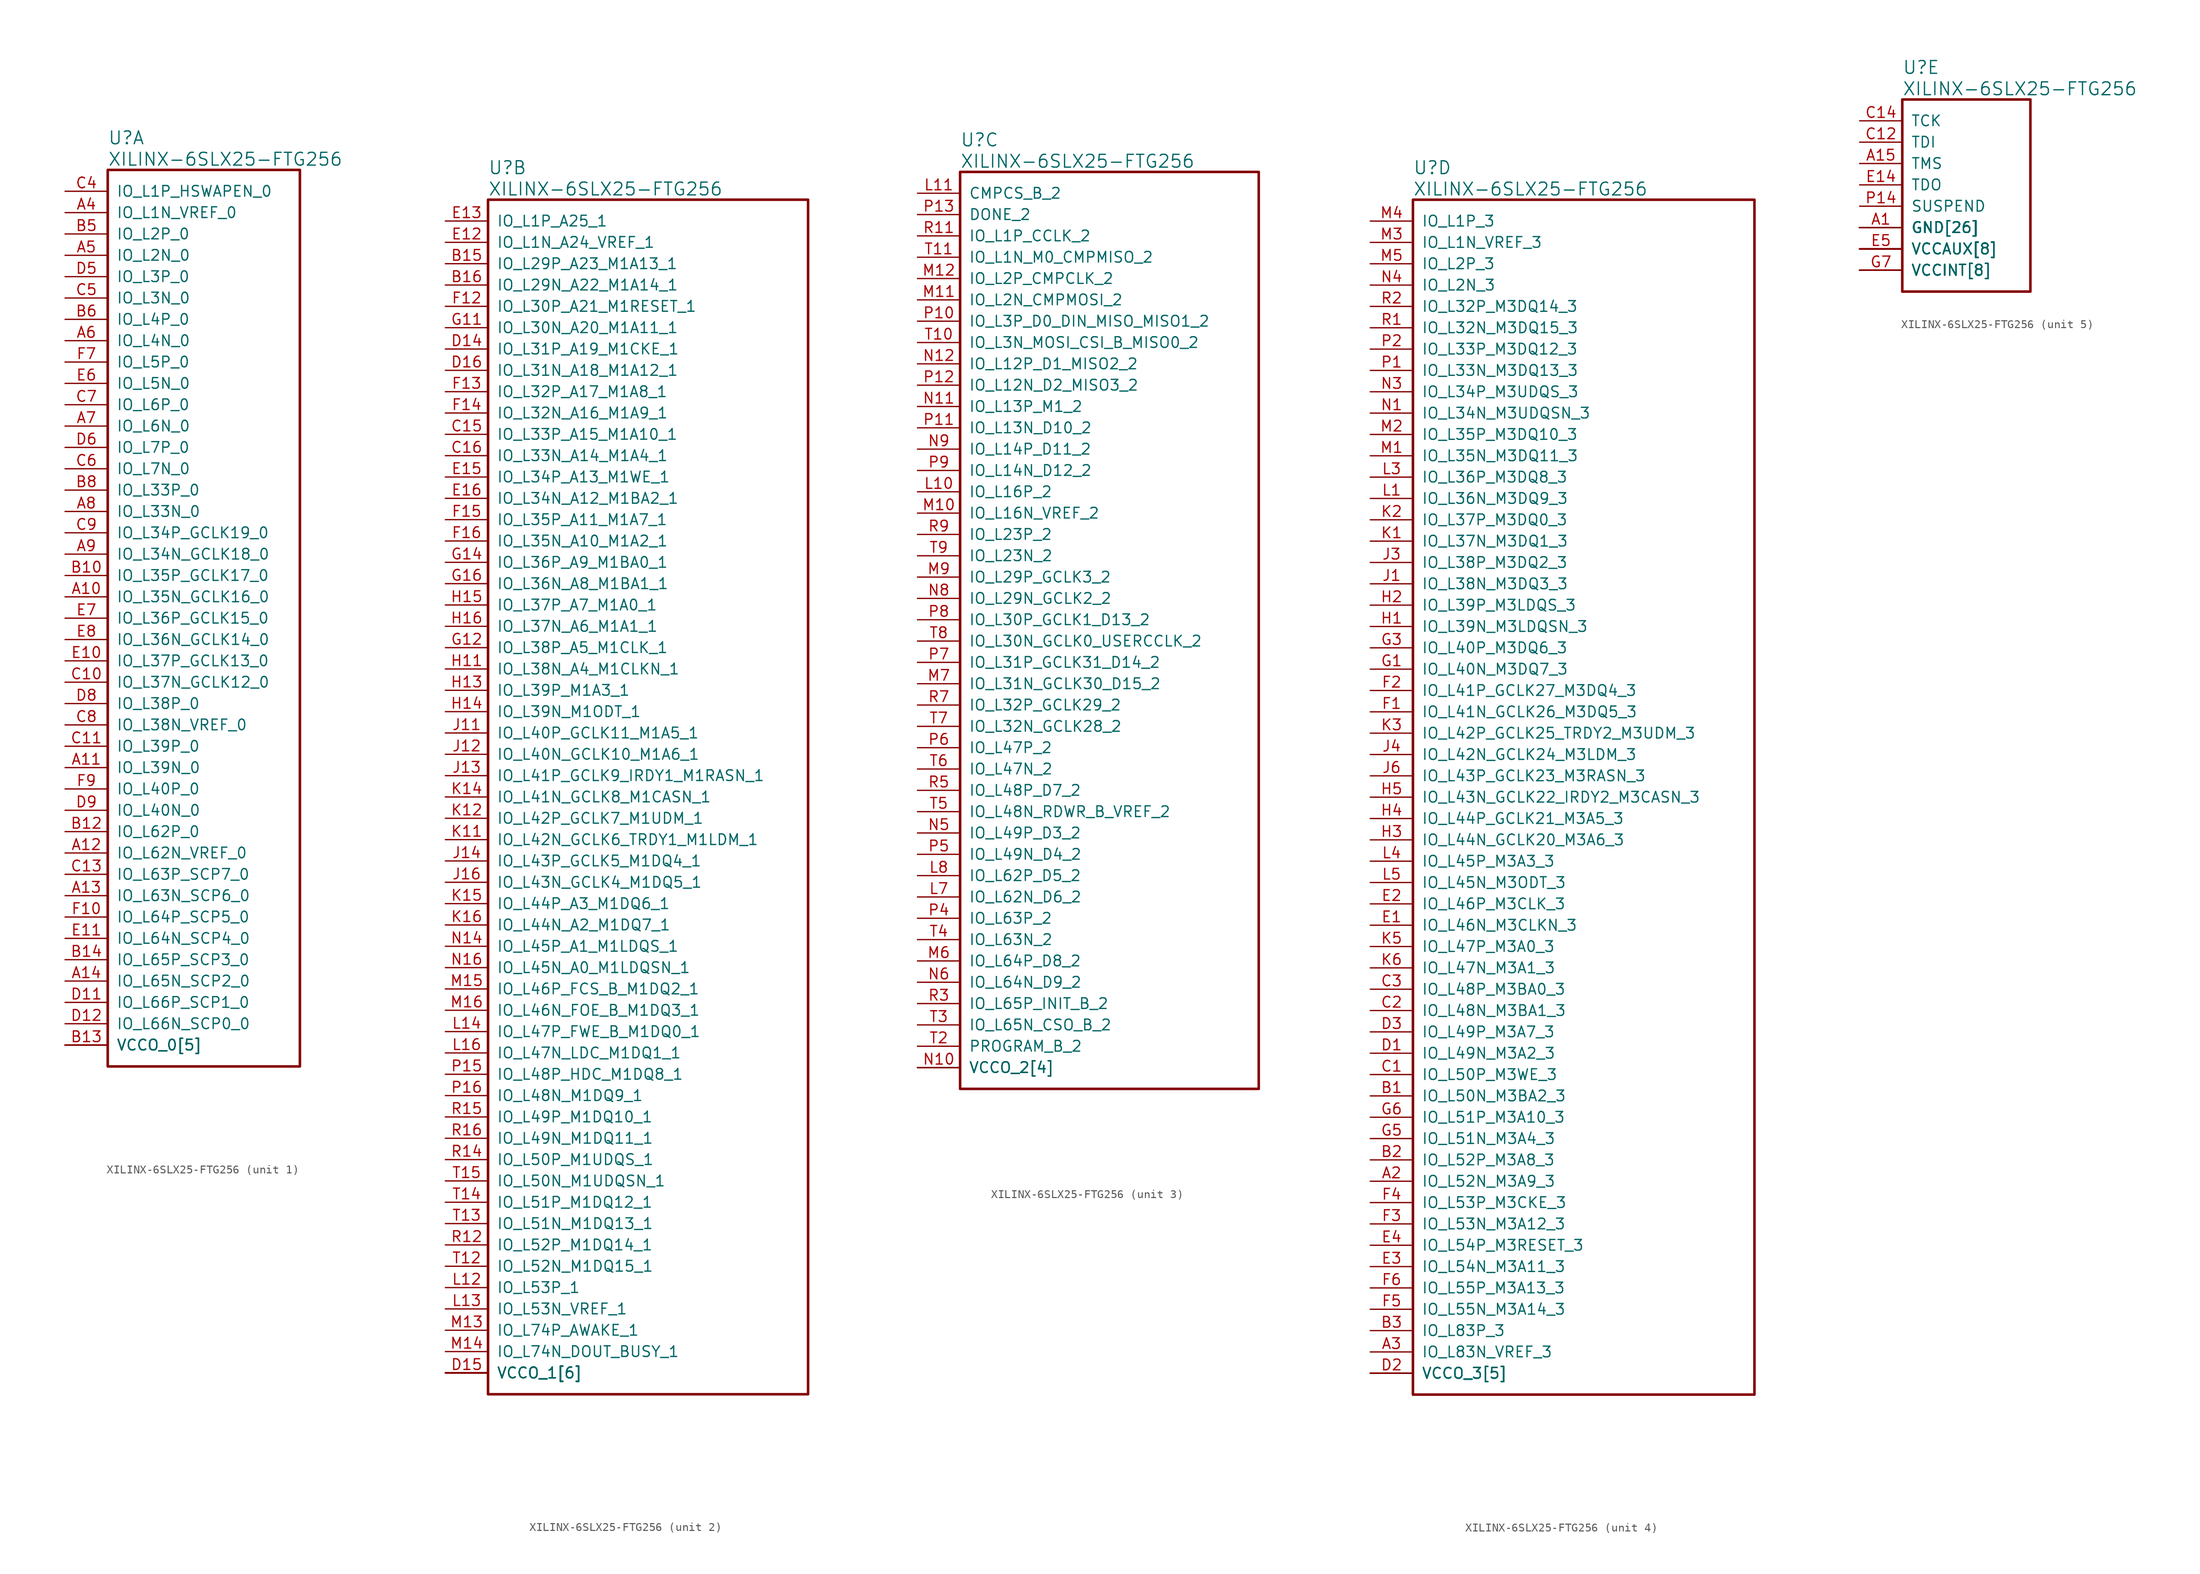
<source format=kicad_sym>
(kicad_symbol_lib
  (version 20231120)
  (generator "kicad_symbol_editor")
  (generator_version "8.0")
  (symbol "XILINX-6SLX25-FTG256"
    (pin_names
      (offset 1.016))
    (property "Reference" "U"
      (at 5.08 6.35 0)
      (effects (font (size 1.524 1.524)) (justify left)))
    (property "Value" "XILINX-6SLX25-FTG256"
      (at 5.08 3.81 0)
      (effects (font (size 1.524 1.524)) (justify left)))
    (property "Footprint" ""
      (at 0 0 0)
      (effects (font (size 1.27 1.27))))
    (property "Datasheet" ""
      (at 0 0 0)
      (effects (font (size 1.27 1.27))))
    (property "ki_locked" ""
      (at 0 0 0)
      (effects (font (size 1.27 1.27))))
    (symbol "XILINX-6SLX25-FTG256_1_1"
      (rectangle (start 5.08 2.54) (end 27.94 -104.14) (stroke (width 0.305) (type default)) (fill (type none)))
      (pin bidirectional line (at 0 -48.26 0) (length 5.08) (name "IO_L35N_GCLK16_0" (effects (font (size 1.27 1.27)))) (number "A10" (effects (font (size 1.27 1.27)))))
      (pin bidirectional line (at 0 -68.58 0) (length 5.08) (name "IO_L39N_0" (effects (font (size 1.27 1.27)))) (number "A11" (effects (font (size 1.27 1.27)))))
      (pin bidirectional line (at 0 -78.74 0) (length 5.08) (name "IO_L62N_VREF_0" (effects (font (size 1.27 1.27)))) (number "A12" (effects (font (size 1.27 1.27)))))
      (pin bidirectional line (at 0 -83.82 0) (length 5.08) (name "IO_L63N_SCP6_0" (effects (font (size 1.27 1.27)))) (number "A13" (effects (font (size 1.27 1.27)))))
      (pin bidirectional line (at 0 -93.98 0) (length 5.08) (name "IO_L65N_SCP2_0" (effects (font (size 1.27 1.27)))) (number "A14" (effects (font (size 1.27 1.27)))))
      (pin bidirectional line (at 0 -2.54 0) (length 5.08) (name "IO_L1N_VREF_0" (effects (font (size 1.27 1.27)))) (number "A4" (effects (font (size 1.27 1.27)))))
      (pin bidirectional line (at 0 -7.62 0) (length 5.08) (name "IO_L2N_0" (effects (font (size 1.27 1.27)))) (number "A5" (effects (font (size 1.27 1.27)))))
      (pin bidirectional line (at 0 -17.78 0) (length 5.08) (name "IO_L4N_0" (effects (font (size 1.27 1.27)))) (number "A6" (effects (font (size 1.27 1.27)))))
      (pin bidirectional line (at 0 -27.94 0) (length 5.08) (name "IO_L6N_0" (effects (font (size 1.27 1.27)))) (number "A7" (effects (font (size 1.27 1.27)))))
      (pin bidirectional line (at 0 -38.1 0) (length 5.08) (name "IO_L33N_0" (effects (font (size 1.27 1.27)))) (number "A8" (effects (font (size 1.27 1.27)))))
      (pin bidirectional line (at 0 -43.18 0) (length 5.08) (name "IO_L34N_GCLK18_0" (effects (font (size 1.27 1.27)))) (number "A9" (effects (font (size 1.27 1.27)))))
      (pin bidirectional line (at 0 -45.72 0) (length 5.08) (name "IO_L35P_GCLK17_0" (effects (font (size 1.27 1.27)))) (number "B10" (effects (font (size 1.27 1.27)))))
      (pin bidirectional line (at 0 -76.2 0) (length 5.08) (name "IO_L62P_0" (effects (font (size 1.27 1.27)))) (number "B12" (effects (font (size 1.27 1.27)))))
      (pin power_in line (at 0 -101.6 0) (length 5.08) (name "VCCO_0[5]" (effects (font (size 1.27 1.27)))) (number "B13" (effects (font (size 1.27 1.27)))))
      (pin bidirectional line (at 0 -91.44 0) (length 5.08) (name "IO_L65P_SCP3_0" (effects (font (size 1.27 1.27)))) (number "B14" (effects (font (size 1.27 1.27)))))
      (pin power_in line (at 0 -101.6 0) (length 5.08) (name "VCCO_0[5]" (effects (font (size 1.27 1.27)))) (number "B4" (effects (font (size 0 0)))))
      (pin bidirectional line (at 0 -5.08 0) (length 5.08) (name "IO_L2P_0" (effects (font (size 1.27 1.27)))) (number "B5" (effects (font (size 1.27 1.27)))))
      (pin bidirectional line (at 0 -15.24 0) (length 5.08) (name "IO_L4P_0" (effects (font (size 1.27 1.27)))) (number "B6" (effects (font (size 1.27 1.27)))))
      (pin bidirectional line (at 0 -35.56 0) (length 5.08) (name "IO_L33P_0" (effects (font (size 1.27 1.27)))) (number "B8" (effects (font (size 1.27 1.27)))))
      (pin power_in line (at 0 -101.6 0) (length 5.08) (name "VCCO_0[5]" (effects (font (size 1.27 1.27)))) (number "B9" (effects (font (size 0 0)))))
      (pin bidirectional line (at 0 -58.42 0) (length 5.08) (name "IO_L37N_GCLK12_0" (effects (font (size 1.27 1.27)))) (number "C10" (effects (font (size 1.27 1.27)))))
      (pin bidirectional line (at 0 -66.04 0) (length 5.08) (name "IO_L39P_0" (effects (font (size 1.27 1.27)))) (number "C11" (effects (font (size 1.27 1.27)))))
      (pin bidirectional line (at 0 -81.28 0) (length 5.08) (name "IO_L63P_SCP7_0" (effects (font (size 1.27 1.27)))) (number "C13" (effects (font (size 1.27 1.27)))))
      (pin bidirectional line (at 0 0 0) (length 5.08) (name "IO_L1P_HSWAPEN_0" (effects (font (size 1.27 1.27)))) (number "C4" (effects (font (size 1.27 1.27)))))
      (pin bidirectional line (at 0 -12.7 0) (length 5.08) (name "IO_L3N_0" (effects (font (size 1.27 1.27)))) (number "C5" (effects (font (size 1.27 1.27)))))
      (pin bidirectional line (at 0 -33.02 0) (length 5.08) (name "IO_L7N_0" (effects (font (size 1.27 1.27)))) (number "C6" (effects (font (size 1.27 1.27)))))
      (pin bidirectional line (at 0 -25.4 0) (length 5.08) (name "IO_L6P_0" (effects (font (size 1.27 1.27)))) (number "C7" (effects (font (size 1.27 1.27)))))
      (pin bidirectional line (at 0 -63.5 0) (length 5.08) (name "IO_L38N_VREF_0" (effects (font (size 1.27 1.27)))) (number "C8" (effects (font (size 1.27 1.27)))))
      (pin bidirectional line (at 0 -40.64 0) (length 5.08) (name "IO_L34P_GCLK19_0" (effects (font (size 1.27 1.27)))) (number "C9" (effects (font (size 1.27 1.27)))))
      (pin power_in line (at 0 -101.6 0) (length 5.08) (name "VCCO_0[5]" (effects (font (size 1.27 1.27)))) (number "D10" (effects (font (size 0 0)))))
      (pin bidirectional line (at 0 -96.52 0) (length 5.08) (name "IO_L66P_SCP1_0" (effects (font (size 1.27 1.27)))) (number "D11" (effects (font (size 1.27 1.27)))))
      (pin bidirectional line (at 0 -99.06 0) (length 5.08) (name "IO_L66N_SCP0_0" (effects (font (size 1.27 1.27)))) (number "D12" (effects (font (size 1.27 1.27)))))
      (pin bidirectional line (at 0 -10.16 0) (length 5.08) (name "IO_L3P_0" (effects (font (size 1.27 1.27)))) (number "D5" (effects (font (size 1.27 1.27)))))
      (pin bidirectional line (at 0 -30.48 0) (length 5.08) (name "IO_L7P_0" (effects (font (size 1.27 1.27)))) (number "D6" (effects (font (size 1.27 1.27)))))
      (pin power_in line (at 0 -101.6 0) (length 5.08) (name "VCCO_0[5]" (effects (font (size 1.27 1.27)))) (number "D7" (effects (font (size 0 0)))))
      (pin bidirectional line (at 0 -60.96 0) (length 5.08) (name "IO_L38P_0" (effects (font (size 1.27 1.27)))) (number "D8" (effects (font (size 1.27 1.27)))))
      (pin bidirectional line (at 0 -73.66 0) (length 5.08) (name "IO_L40N_0" (effects (font (size 1.27 1.27)))) (number "D9" (effects (font (size 1.27 1.27)))))
      (pin bidirectional line (at 0 -55.88 0) (length 5.08) (name "IO_L37P_GCLK13_0" (effects (font (size 1.27 1.27)))) (number "E10" (effects (font (size 1.27 1.27)))))
      (pin bidirectional line (at 0 -88.9 0) (length 5.08) (name "IO_L64N_SCP4_0" (effects (font (size 1.27 1.27)))) (number "E11" (effects (font (size 1.27 1.27)))))
      (pin bidirectional line (at 0 -22.86 0) (length 5.08) (name "IO_L5N_0" (effects (font (size 1.27 1.27)))) (number "E6" (effects (font (size 1.27 1.27)))))
      (pin bidirectional line (at 0 -50.8 0) (length 5.08) (name "IO_L36P_GCLK15_0" (effects (font (size 1.27 1.27)))) (number "E7" (effects (font (size 1.27 1.27)))))
      (pin bidirectional line (at 0 -53.34 0) (length 5.08) (name "IO_L36N_GCLK14_0" (effects (font (size 1.27 1.27)))) (number "E8" (effects (font (size 1.27 1.27)))))
      (pin bidirectional line (at 0 -86.36 0) (length 5.08) (name "IO_L64P_SCP5_0" (effects (font (size 1.27 1.27)))) (number "F10" (effects (font (size 1.27 1.27)))))
      (pin bidirectional line (at 0 -20.32 0) (length 5.08) (name "IO_L5P_0" (effects (font (size 1.27 1.27)))) (number "F7" (effects (font (size 1.27 1.27)))))
      (pin bidirectional line (at 0 -71.12 0) (length 5.08) (name "IO_L40P_0" (effects (font (size 1.27 1.27)))) (number "F9" (effects (font (size 1.27 1.27))))))
    (symbol "XILINX-6SLX25-FTG256_2_1"
      (rectangle (start 5.08 2.54) (end 43.18 -139.7) (stroke (width 0.305) (type default)) (fill (type none)))
      (pin bidirectional line (at 0 -5.08 0) (length 5.08) (name "IO_L29P_A23_M1A13_1" (effects (font (size 1.27 1.27)))) (number "B15" (effects (font (size 1.27 1.27)))))
      (pin bidirectional line (at 0 -7.62 0) (length 5.08) (name "IO_L29N_A22_M1A14_1" (effects (font (size 1.27 1.27)))) (number "B16" (effects (font (size 1.27 1.27)))))
      (pin bidirectional line (at 0 -25.4 0) (length 5.08) (name "IO_L33P_A15_M1A10_1" (effects (font (size 1.27 1.27)))) (number "C15" (effects (font (size 1.27 1.27)))))
      (pin bidirectional line (at 0 -27.94 0) (length 5.08) (name "IO_L33N_A14_M1A4_1" (effects (font (size 1.27 1.27)))) (number "C16" (effects (font (size 1.27 1.27)))))
      (pin bidirectional line (at 0 -15.24 0) (length 5.08) (name "IO_L31P_A19_M1CKE_1" (effects (font (size 1.27 1.27)))) (number "D14" (effects (font (size 1.27 1.27)))))
      (pin power_in line (at 0 -137.16 0) (length 5.08) (name "VCCO_1[6]" (effects (font (size 1.27 1.27)))) (number "D15" (effects (font (size 1.27 1.27)))))
      (pin bidirectional line (at 0 -17.78 0) (length 5.08) (name "IO_L31N_A18_M1A12_1" (effects (font (size 1.27 1.27)))) (number "D16" (effects (font (size 1.27 1.27)))))
      (pin bidirectional line (at 0 -2.54 0) (length 5.08) (name "IO_L1N_A24_VREF_1" (effects (font (size 1.27 1.27)))) (number "E12" (effects (font (size 1.27 1.27)))))
      (pin bidirectional line (at 0 0 0) (length 5.08) (name "IO_L1P_A25_1" (effects (font (size 1.27 1.27)))) (number "E13" (effects (font (size 1.27 1.27)))))
      (pin bidirectional line (at 0 -30.48 0) (length 5.08) (name "IO_L34P_A13_M1WE_1" (effects (font (size 1.27 1.27)))) (number "E15" (effects (font (size 1.27 1.27)))))
      (pin bidirectional line (at 0 -33.02 0) (length 5.08) (name "IO_L34N_A12_M1BA2_1" (effects (font (size 1.27 1.27)))) (number "E16" (effects (font (size 1.27 1.27)))))
      (pin bidirectional line (at 0 -10.16 0) (length 5.08) (name "IO_L30P_A21_M1RESET_1" (effects (font (size 1.27 1.27)))) (number "F12" (effects (font (size 1.27 1.27)))))
      (pin bidirectional line (at 0 -20.32 0) (length 5.08) (name "IO_L32P_A17_M1A8_1" (effects (font (size 1.27 1.27)))) (number "F13" (effects (font (size 1.27 1.27)))))
      (pin bidirectional line (at 0 -22.86 0) (length 5.08) (name "IO_L32N_A16_M1A9_1" (effects (font (size 1.27 1.27)))) (number "F14" (effects (font (size 1.27 1.27)))))
      (pin bidirectional line (at 0 -35.56 0) (length 5.08) (name "IO_L35P_A11_M1A7_1" (effects (font (size 1.27 1.27)))) (number "F15" (effects (font (size 1.27 1.27)))))
      (pin bidirectional line (at 0 -38.1 0) (length 5.08) (name "IO_L35N_A10_M1A2_1" (effects (font (size 1.27 1.27)))) (number "F16" (effects (font (size 1.27 1.27)))))
      (pin bidirectional line (at 0 -12.7 0) (length 5.08) (name "IO_L30N_A20_M1A11_1" (effects (font (size 1.27 1.27)))) (number "G11" (effects (font (size 1.27 1.27)))))
      (pin bidirectional line (at 0 -50.8 0) (length 5.08) (name "IO_L38P_A5_M1CLK_1" (effects (font (size 1.27 1.27)))) (number "G12" (effects (font (size 1.27 1.27)))))
      (pin power_in line (at 0 -137.16 0) (length 5.08) (name "VCCO_1[6]" (effects (font (size 1.27 1.27)))) (number "G13" (effects (font (size 0 0)))))
      (pin bidirectional line (at 0 -40.64 0) (length 5.08) (name "IO_L36P_A9_M1BA0_1" (effects (font (size 1.27 1.27)))) (number "G14" (effects (font (size 1.27 1.27)))))
      (pin bidirectional line (at 0 -43.18 0) (length 5.08) (name "IO_L36N_A8_M1BA1_1" (effects (font (size 1.27 1.27)))) (number "G16" (effects (font (size 1.27 1.27)))))
      (pin bidirectional line (at 0 -53.34 0) (length 5.08) (name "IO_L38N_A4_M1CLKN_1" (effects (font (size 1.27 1.27)))) (number "H11" (effects (font (size 1.27 1.27)))))
      (pin bidirectional line (at 0 -55.88 0) (length 5.08) (name "IO_L39P_M1A3_1" (effects (font (size 1.27 1.27)))) (number "H13" (effects (font (size 1.27 1.27)))))
      (pin bidirectional line (at 0 -58.42 0) (length 5.08) (name "IO_L39N_M1ODT_1" (effects (font (size 1.27 1.27)))) (number "H14" (effects (font (size 1.27 1.27)))))
      (pin bidirectional line (at 0 -45.72 0) (length 5.08) (name "IO_L37P_A7_M1A0_1" (effects (font (size 1.27 1.27)))) (number "H15" (effects (font (size 1.27 1.27)))))
      (pin bidirectional line (at 0 -48.26 0) (length 5.08) (name "IO_L37N_A6_M1A1_1" (effects (font (size 1.27 1.27)))) (number "H16" (effects (font (size 1.27 1.27)))))
      (pin bidirectional line (at 0 -60.96 0) (length 5.08) (name "IO_L40P_GCLK11_M1A5_1" (effects (font (size 1.27 1.27)))) (number "J11" (effects (font (size 1.27 1.27)))))
      (pin bidirectional line (at 0 -63.5 0) (length 5.08) (name "IO_L40N_GCLK10_M1A6_1" (effects (font (size 1.27 1.27)))) (number "J12" (effects (font (size 1.27 1.27)))))
      (pin bidirectional line (at 0 -66.04 0) (length 5.08) (name "IO_L41P_GCLK9_IRDY1_M1RASN_1" (effects (font (size 1.27 1.27)))) (number "J13" (effects (font (size 1.27 1.27)))))
      (pin bidirectional line (at 0 -76.2 0) (length 5.08) (name "IO_L43P_GCLK5_M1DQ4_1" (effects (font (size 1.27 1.27)))) (number "J14" (effects (font (size 1.27 1.27)))))
      (pin power_in line (at 0 -137.16 0) (length 5.08) (name "VCCO_1[6]" (effects (font (size 1.27 1.27)))) (number "J15" (effects (font (size 0 0)))))
      (pin bidirectional line (at 0 -78.74 0) (length 5.08) (name "IO_L43N_GCLK4_M1DQ5_1" (effects (font (size 1.27 1.27)))) (number "J16" (effects (font (size 1.27 1.27)))))
      (pin bidirectional line (at 0 -73.66 0) (length 5.08) (name "IO_L42N_GCLK6_TRDY1_M1LDM_1" (effects (font (size 1.27 1.27)))) (number "K11" (effects (font (size 1.27 1.27)))))
      (pin bidirectional line (at 0 -71.12 0) (length 5.08) (name "IO_L42P_GCLK7_M1UDM_1" (effects (font (size 1.27 1.27)))) (number "K12" (effects (font (size 1.27 1.27)))))
      (pin power_in line (at 0 -137.16 0) (length 5.08) (name "VCCO_1[6]" (effects (font (size 1.27 1.27)))) (number "K13" (effects (font (size 0 0)))))
      (pin bidirectional line (at 0 -68.58 0) (length 5.08) (name "IO_L41N_GCLK8_M1CASN_1" (effects (font (size 1.27 1.27)))) (number "K14" (effects (font (size 1.27 1.27)))))
      (pin bidirectional line (at 0 -81.28 0) (length 5.08) (name "IO_L44P_A3_M1DQ6_1" (effects (font (size 1.27 1.27)))) (number "K15" (effects (font (size 1.27 1.27)))))
      (pin bidirectional line (at 0 -83.82 0) (length 5.08) (name "IO_L44N_A2_M1DQ7_1" (effects (font (size 1.27 1.27)))) (number "K16" (effects (font (size 1.27 1.27)))))
      (pin bidirectional line (at 0 -127 0) (length 5.08) (name "IO_L53P_1" (effects (font (size 1.27 1.27)))) (number "L12" (effects (font (size 1.27 1.27)))))
      (pin bidirectional line (at 0 -129.54 0) (length 5.08) (name "IO_L53N_VREF_1" (effects (font (size 1.27 1.27)))) (number "L13" (effects (font (size 1.27 1.27)))))
      (pin bidirectional line (at 0 -96.52 0) (length 5.08) (name "IO_L47P_FWE_B_M1DQ0_1" (effects (font (size 1.27 1.27)))) (number "L14" (effects (font (size 1.27 1.27)))))
      (pin bidirectional line (at 0 -99.06 0) (length 5.08) (name "IO_L47N_LDC_M1DQ1_1" (effects (font (size 1.27 1.27)))) (number "L16" (effects (font (size 1.27 1.27)))))
      (pin bidirectional line (at 0 -132.08 0) (length 5.08) (name "IO_L74P_AWAKE_1" (effects (font (size 1.27 1.27)))) (number "M13" (effects (font (size 1.27 1.27)))))
      (pin bidirectional line (at 0 -134.62 0) (length 5.08) (name "IO_L74N_DOUT_BUSY_1" (effects (font (size 1.27 1.27)))) (number "M14" (effects (font (size 1.27 1.27)))))
      (pin bidirectional line (at 0 -91.44 0) (length 5.08) (name "IO_L46P_FCS_B_M1DQ2_1" (effects (font (size 1.27 1.27)))) (number "M15" (effects (font (size 1.27 1.27)))))
      (pin bidirectional line (at 0 -93.98 0) (length 5.08) (name "IO_L46N_FOE_B_M1DQ3_1" (effects (font (size 1.27 1.27)))) (number "M16" (effects (font (size 1.27 1.27)))))
      (pin bidirectional line (at 0 -86.36 0) (length 5.08) (name "IO_L45P_A1_M1LDQS_1" (effects (font (size 1.27 1.27)))) (number "N14" (effects (font (size 1.27 1.27)))))
      (pin power_in line (at 0 -137.16 0) (length 5.08) (name "VCCO_1[6]" (effects (font (size 1.27 1.27)))) (number "N15" (effects (font (size 0 0)))))
      (pin bidirectional line (at 0 -88.9 0) (length 5.08) (name "IO_L45N_A0_M1LDQSN_1" (effects (font (size 1.27 1.27)))) (number "N16" (effects (font (size 1.27 1.27)))))
      (pin bidirectional line (at 0 -101.6 0) (length 5.08) (name "IO_L48P_HDC_M1DQ8_1" (effects (font (size 1.27 1.27)))) (number "P15" (effects (font (size 1.27 1.27)))))
      (pin bidirectional line (at 0 -104.14 0) (length 5.08) (name "IO_L48N_M1DQ9_1" (effects (font (size 1.27 1.27)))) (number "P16" (effects (font (size 1.27 1.27)))))
      (pin bidirectional line (at 0 -121.92 0) (length 5.08) (name "IO_L52P_M1DQ14_1" (effects (font (size 1.27 1.27)))) (number "R12" (effects (font (size 1.27 1.27)))))
      (pin power_in line (at 0 -137.16 0) (length 5.08) (name "VCCO_1[6]" (effects (font (size 1.27 1.27)))) (number "R13" (effects (font (size 0 0)))))
      (pin bidirectional line (at 0 -111.76 0) (length 5.08) (name "IO_L50P_M1UDQS_1" (effects (font (size 1.27 1.27)))) (number "R14" (effects (font (size 1.27 1.27)))))
      (pin bidirectional line (at 0 -106.68 0) (length 5.08) (name "IO_L49P_M1DQ10_1" (effects (font (size 1.27 1.27)))) (number "R15" (effects (font (size 1.27 1.27)))))
      (pin bidirectional line (at 0 -109.22 0) (length 5.08) (name "IO_L49N_M1DQ11_1" (effects (font (size 1.27 1.27)))) (number "R16" (effects (font (size 1.27 1.27)))))
      (pin bidirectional line (at 0 -124.46 0) (length 5.08) (name "IO_L52N_M1DQ15_1" (effects (font (size 1.27 1.27)))) (number "T12" (effects (font (size 1.27 1.27)))))
      (pin bidirectional line (at 0 -119.38 0) (length 5.08) (name "IO_L51N_M1DQ13_1" (effects (font (size 1.27 1.27)))) (number "T13" (effects (font (size 1.27 1.27)))))
      (pin bidirectional line (at 0 -116.84 0) (length 5.08) (name "IO_L51P_M1DQ12_1" (effects (font (size 1.27 1.27)))) (number "T14" (effects (font (size 1.27 1.27)))))
      (pin bidirectional line (at 0 -114.3 0) (length 5.08) (name "IO_L50N_M1UDQSN_1" (effects (font (size 1.27 1.27)))) (number "T15" (effects (font (size 1.27 1.27))))))
    (symbol "XILINX-6SLX25-FTG256_3_1"
      (rectangle (start 5.08 2.54) (end 40.64 -106.68) (stroke (width 0.305) (type default)) (fill (type none)))
      (pin bidirectional line (at 0 -35.56 0) (length 5.08) (name "IO_L16P_2" (effects (font (size 1.27 1.27)))) (number "L10" (effects (font (size 1.27 1.27)))))
      (pin input line (at 0 0 0) (length 5.08) (name "CMPCS_B_2" (effects (font (size 1.27 1.27)))) (number "L11" (effects (font (size 1.27 1.27)))))
      (pin bidirectional line (at 0 -83.82 0) (length 5.08) (name "IO_L62N_D6_2" (effects (font (size 1.27 1.27)))) (number "L7" (effects (font (size 1.27 1.27)))))
      (pin bidirectional line (at 0 -81.28 0) (length 5.08) (name "IO_L62P_D5_2" (effects (font (size 1.27 1.27)))) (number "L8" (effects (font (size 1.27 1.27)))))
      (pin bidirectional line (at 0 -38.1 0) (length 5.08) (name "IO_L16N_VREF_2" (effects (font (size 1.27 1.27)))) (number "M10" (effects (font (size 1.27 1.27)))))
      (pin bidirectional line (at 0 -12.7 0) (length 5.08) (name "IO_L2N_CMPMOSI_2" (effects (font (size 1.27 1.27)))) (number "M11" (effects (font (size 1.27 1.27)))))
      (pin bidirectional line (at 0 -10.16 0) (length 5.08) (name "IO_L2P_CMPCLK_2" (effects (font (size 1.27 1.27)))) (number "M12" (effects (font (size 1.27 1.27)))))
      (pin bidirectional line (at 0 -91.44 0) (length 5.08) (name "IO_L64P_D8_2" (effects (font (size 1.27 1.27)))) (number "M6" (effects (font (size 1.27 1.27)))))
      (pin bidirectional line (at 0 -58.42 0) (length 5.08) (name "IO_L31N_GCLK30_D15_2" (effects (font (size 1.27 1.27)))) (number "M7" (effects (font (size 1.27 1.27)))))
      (pin bidirectional line (at 0 -45.72 0) (length 5.08) (name "IO_L29P_GCLK3_2" (effects (font (size 1.27 1.27)))) (number "M9" (effects (font (size 1.27 1.27)))))
      (pin power_in line (at 0 -104.14 0) (length 5.08) (name "VCCO_2[4]" (effects (font (size 1.27 1.27)))) (number "N10" (effects (font (size 1.27 1.27)))))
      (pin bidirectional line (at 0 -25.4 0) (length 5.08) (name "IO_L13P_M1_2" (effects (font (size 1.27 1.27)))) (number "N11" (effects (font (size 1.27 1.27)))))
      (pin bidirectional line (at 0 -20.32 0) (length 5.08) (name "IO_L12P_D1_MISO2_2" (effects (font (size 1.27 1.27)))) (number "N12" (effects (font (size 1.27 1.27)))))
      (pin bidirectional line (at 0 -76.2 0) (length 5.08) (name "IO_L49P_D3_2" (effects (font (size 1.27 1.27)))) (number "N5" (effects (font (size 1.27 1.27)))))
      (pin bidirectional line (at 0 -93.98 0) (length 5.08) (name "IO_L64N_D9_2" (effects (font (size 1.27 1.27)))) (number "N6" (effects (font (size 1.27 1.27)))))
      (pin power_in line (at 0 -104.14 0) (length 5.08) (name "VCCO_2[4]" (effects (font (size 1.27 1.27)))) (number "N7" (effects (font (size 0 0)))))
      (pin bidirectional line (at 0 -48.26 0) (length 5.08) (name "IO_L29N_GCLK2_2" (effects (font (size 1.27 1.27)))) (number "N8" (effects (font (size 1.27 1.27)))))
      (pin bidirectional line (at 0 -30.48 0) (length 5.08) (name "IO_L14P_D11_2" (effects (font (size 1.27 1.27)))) (number "N9" (effects (font (size 1.27 1.27)))))
      (pin bidirectional line (at 0 -15.24 0) (length 5.08) (name "IO_L3P_D0_DIN_MISO_MISO1_2" (effects (font (size 1.27 1.27)))) (number "P10" (effects (font (size 1.27 1.27)))))
      (pin bidirectional line (at 0 -27.94 0) (length 5.08) (name "IO_L13N_D10_2" (effects (font (size 1.27 1.27)))) (number "P11" (effects (font (size 1.27 1.27)))))
      (pin bidirectional line (at 0 -22.86 0) (length 5.08) (name "IO_L12N_D2_MISO3_2" (effects (font (size 1.27 1.27)))) (number "P12" (effects (font (size 1.27 1.27)))))
      (pin output line (at 0 -2.54 0) (length 5.08) (name "DONE_2" (effects (font (size 1.27 1.27)))) (number "P13" (effects (font (size 1.27 1.27)))))
      (pin bidirectional line (at 0 -86.36 0) (length 5.08) (name "IO_L63P_2" (effects (font (size 1.27 1.27)))) (number "P4" (effects (font (size 1.27 1.27)))))
      (pin bidirectional line (at 0 -78.74 0) (length 5.08) (name "IO_L49N_D4_2" (effects (font (size 1.27 1.27)))) (number "P5" (effects (font (size 1.27 1.27)))))
      (pin bidirectional line (at 0 -66.04 0) (length 5.08) (name "IO_L47P_2" (effects (font (size 1.27 1.27)))) (number "P6" (effects (font (size 1.27 1.27)))))
      (pin bidirectional line (at 0 -55.88 0) (length 5.08) (name "IO_L31P_GCLK31_D14_2" (effects (font (size 1.27 1.27)))) (number "P7" (effects (font (size 1.27 1.27)))))
      (pin bidirectional line (at 0 -50.8 0) (length 5.08) (name "IO_L30P_GCLK1_D13_2" (effects (font (size 1.27 1.27)))) (number "P8" (effects (font (size 1.27 1.27)))))
      (pin bidirectional line (at 0 -33.02 0) (length 5.08) (name "IO_L14N_D12_2" (effects (font (size 1.27 1.27)))) (number "P9" (effects (font (size 1.27 1.27)))))
      (pin bidirectional line (at 0 -5.08 0) (length 5.08) (name "IO_L1P_CCLK_2" (effects (font (size 1.27 1.27)))) (number "R11" (effects (font (size 1.27 1.27)))))
      (pin bidirectional line (at 0 -96.52 0) (length 5.08) (name "IO_L65P_INIT_B_2" (effects (font (size 1.27 1.27)))) (number "R3" (effects (font (size 1.27 1.27)))))
      (pin power_in line (at 0 -104.14 0) (length 5.08) (name "VCCO_2[4]" (effects (font (size 1.27 1.27)))) (number "R4" (effects (font (size 0 0)))))
      (pin bidirectional line (at 0 -71.12 0) (length 5.08) (name "IO_L48P_D7_2" (effects (font (size 1.27 1.27)))) (number "R5" (effects (font (size 1.27 1.27)))))
      (pin bidirectional line (at 0 -60.96 0) (length 5.08) (name "IO_L32P_GCLK29_2" (effects (font (size 1.27 1.27)))) (number "R7" (effects (font (size 1.27 1.27)))))
      (pin power_in line (at 0 -104.14 0) (length 5.08) (name "VCCO_2[4]" (effects (font (size 1.27 1.27)))) (number "R8" (effects (font (size 0 0)))))
      (pin bidirectional line (at 0 -40.64 0) (length 5.08) (name "IO_L23P_2" (effects (font (size 1.27 1.27)))) (number "R9" (effects (font (size 1.27 1.27)))))
      (pin bidirectional line (at 0 -17.78 0) (length 5.08) (name "IO_L3N_MOSI_CSI_B_MISO0_2" (effects (font (size 1.27 1.27)))) (number "T10" (effects (font (size 1.27 1.27)))))
      (pin bidirectional line (at 0 -7.62 0) (length 5.08) (name "IO_L1N_M0_CMPMISO_2" (effects (font (size 1.27 1.27)))) (number "T11" (effects (font (size 1.27 1.27)))))
      (pin input line (at 0 -101.6 0) (length 5.08) (name "PROGRAM_B_2" (effects (font (size 1.27 1.27)))) (number "T2" (effects (font (size 1.27 1.27)))))
      (pin bidirectional line (at 0 -99.06 0) (length 5.08) (name "IO_L65N_CSO_B_2" (effects (font (size 1.27 1.27)))) (number "T3" (effects (font (size 1.27 1.27)))))
      (pin bidirectional line (at 0 -88.9 0) (length 5.08) (name "IO_L63N_2" (effects (font (size 1.27 1.27)))) (number "T4" (effects (font (size 1.27 1.27)))))
      (pin bidirectional line (at 0 -73.66 0) (length 5.08) (name "IO_L48N_RDWR_B_VREF_2" (effects (font (size 1.27 1.27)))) (number "T5" (effects (font (size 1.27 1.27)))))
      (pin bidirectional line (at 0 -68.58 0) (length 5.08) (name "IO_L47N_2" (effects (font (size 1.27 1.27)))) (number "T6" (effects (font (size 1.27 1.27)))))
      (pin bidirectional line (at 0 -63.5 0) (length 5.08) (name "IO_L32N_GCLK28_2" (effects (font (size 1.27 1.27)))) (number "T7" (effects (font (size 1.27 1.27)))))
      (pin bidirectional line (at 0 -53.34 0) (length 5.08) (name "IO_L30N_GCLK0_USERCCLK_2" (effects (font (size 1.27 1.27)))) (number "T8" (effects (font (size 1.27 1.27)))))
      (pin bidirectional line (at 0 -43.18 0) (length 5.08) (name "IO_L23N_2" (effects (font (size 1.27 1.27)))) (number "T9" (effects (font (size 1.27 1.27))))))
    (symbol "XILINX-6SLX25-FTG256_4_1"
      (rectangle (start 5.08 2.54) (end 45.72 -139.7) (stroke (width 0.305) (type default)) (fill (type none)))
      (pin bidirectional line (at 0 -114.3 0) (length 5.08) (name "IO_L52N_M3A9_3" (effects (font (size 1.27 1.27)))) (number "A2" (effects (font (size 1.27 1.27)))))
      (pin bidirectional line (at 0 -134.62 0) (length 5.08) (name "IO_L83N_VREF_3" (effects (font (size 1.27 1.27)))) (number "A3" (effects (font (size 1.27 1.27)))))
      (pin bidirectional line (at 0 -104.14 0) (length 5.08) (name "IO_L50N_M3BA2_3" (effects (font (size 1.27 1.27)))) (number "B1" (effects (font (size 1.27 1.27)))))
      (pin bidirectional line (at 0 -111.76 0) (length 5.08) (name "IO_L52P_M3A8_3" (effects (font (size 1.27 1.27)))) (number "B2" (effects (font (size 1.27 1.27)))))
      (pin bidirectional line (at 0 -132.08 0) (length 5.08) (name "IO_L83P_3" (effects (font (size 1.27 1.27)))) (number "B3" (effects (font (size 1.27 1.27)))))
      (pin bidirectional line (at 0 -101.6 0) (length 5.08) (name "IO_L50P_M3WE_3" (effects (font (size 1.27 1.27)))) (number "C1" (effects (font (size 1.27 1.27)))))
      (pin bidirectional line (at 0 -93.98 0) (length 5.08) (name "IO_L48N_M3BA1_3" (effects (font (size 1.27 1.27)))) (number "C2" (effects (font (size 1.27 1.27)))))
      (pin bidirectional line (at 0 -91.44 0) (length 5.08) (name "IO_L48P_M3BA0_3" (effects (font (size 1.27 1.27)))) (number "C3" (effects (font (size 1.27 1.27)))))
      (pin bidirectional line (at 0 -99.06 0) (length 5.08) (name "IO_L49N_M3A2_3" (effects (font (size 1.27 1.27)))) (number "D1" (effects (font (size 1.27 1.27)))))
      (pin power_in line (at 0 -137.16 0) (length 5.08) (name "VCCO_3[5]" (effects (font (size 1.27 1.27)))) (number "D2" (effects (font (size 1.27 1.27)))))
      (pin bidirectional line (at 0 -96.52 0) (length 5.08) (name "IO_L49P_M3A7_3" (effects (font (size 1.27 1.27)))) (number "D3" (effects (font (size 1.27 1.27)))))
      (pin bidirectional line (at 0 -83.82 0) (length 5.08) (name "IO_L46N_M3CLKN_3" (effects (font (size 1.27 1.27)))) (number "E1" (effects (font (size 1.27 1.27)))))
      (pin bidirectional line (at 0 -81.28 0) (length 5.08) (name "IO_L46P_M3CLK_3" (effects (font (size 1.27 1.27)))) (number "E2" (effects (font (size 1.27 1.27)))))
      (pin bidirectional line (at 0 -124.46 0) (length 5.08) (name "IO_L54N_M3A11_3" (effects (font (size 1.27 1.27)))) (number "E3" (effects (font (size 1.27 1.27)))))
      (pin bidirectional line (at 0 -121.92 0) (length 5.08) (name "IO_L54P_M3RESET_3" (effects (font (size 1.27 1.27)))) (number "E4" (effects (font (size 1.27 1.27)))))
      (pin bidirectional line (at 0 -58.42 0) (length 5.08) (name "IO_L41N_GCLK26_M3DQ5_3" (effects (font (size 1.27 1.27)))) (number "F1" (effects (font (size 1.27 1.27)))))
      (pin bidirectional line (at 0 -55.88 0) (length 5.08) (name "IO_L41P_GCLK27_M3DQ4_3" (effects (font (size 1.27 1.27)))) (number "F2" (effects (font (size 1.27 1.27)))))
      (pin bidirectional line (at 0 -119.38 0) (length 5.08) (name "IO_L53N_M3A12_3" (effects (font (size 1.27 1.27)))) (number "F3" (effects (font (size 1.27 1.27)))))
      (pin bidirectional line (at 0 -116.84 0) (length 5.08) (name "IO_L53P_M3CKE_3" (effects (font (size 1.27 1.27)))) (number "F4" (effects (font (size 1.27 1.27)))))
      (pin bidirectional line (at 0 -129.54 0) (length 5.08) (name "IO_L55N_M3A14_3" (effects (font (size 1.27 1.27)))) (number "F5" (effects (font (size 1.27 1.27)))))
      (pin bidirectional line (at 0 -127 0) (length 5.08) (name "IO_L55P_M3A13_3" (effects (font (size 1.27 1.27)))) (number "F6" (effects (font (size 1.27 1.27)))))
      (pin bidirectional line (at 0 -53.34 0) (length 5.08) (name "IO_L40N_M3DQ7_3" (effects (font (size 1.27 1.27)))) (number "G1" (effects (font (size 1.27 1.27)))))
      (pin bidirectional line (at 0 -50.8 0) (length 5.08) (name "IO_L40P_M3DQ6_3" (effects (font (size 1.27 1.27)))) (number "G3" (effects (font (size 1.27 1.27)))))
      (pin power_in line (at 0 -137.16 0) (length 5.08) (name "VCCO_3[5]" (effects (font (size 1.27 1.27)))) (number "G4" (effects (font (size 0 0)))))
      (pin bidirectional line (at 0 -109.22 0) (length 5.08) (name "IO_L51N_M3A4_3" (effects (font (size 1.27 1.27)))) (number "G5" (effects (font (size 1.27 1.27)))))
      (pin bidirectional line (at 0 -106.68 0) (length 5.08) (name "IO_L51P_M3A10_3" (effects (font (size 1.27 1.27)))) (number "G6" (effects (font (size 1.27 1.27)))))
      (pin bidirectional line (at 0 -48.26 0) (length 5.08) (name "IO_L39N_M3LDQSN_3" (effects (font (size 1.27 1.27)))) (number "H1" (effects (font (size 1.27 1.27)))))
      (pin bidirectional line (at 0 -45.72 0) (length 5.08) (name "IO_L39P_M3LDQS_3" (effects (font (size 1.27 1.27)))) (number "H2" (effects (font (size 1.27 1.27)))))
      (pin bidirectional line (at 0 -73.66 0) (length 5.08) (name "IO_L44N_GCLK20_M3A6_3" (effects (font (size 1.27 1.27)))) (number "H3" (effects (font (size 1.27 1.27)))))
      (pin bidirectional line (at 0 -71.12 0) (length 5.08) (name "IO_L44P_GCLK21_M3A5_3" (effects (font (size 1.27 1.27)))) (number "H4" (effects (font (size 1.27 1.27)))))
      (pin bidirectional line (at 0 -68.58 0) (length 5.08) (name "IO_L43N_GCLK22_IRDY2_M3CASN_3" (effects (font (size 1.27 1.27)))) (number "H5" (effects (font (size 1.27 1.27)))))
      (pin bidirectional line (at 0 -43.18 0) (length 5.08) (name "IO_L38N_M3DQ3_3" (effects (font (size 1.27 1.27)))) (number "J1" (effects (font (size 1.27 1.27)))))
      (pin power_in line (at 0 -137.16 0) (length 5.08) (name "VCCO_3[5]" (effects (font (size 1.27 1.27)))) (number "J2" (effects (font (size 0 0)))))
      (pin bidirectional line (at 0 -40.64 0) (length 5.08) (name "IO_L38P_M3DQ2_3" (effects (font (size 1.27 1.27)))) (number "J3" (effects (font (size 1.27 1.27)))))
      (pin bidirectional line (at 0 -63.5 0) (length 5.08) (name "IO_L42N_GCLK24_M3LDM_3" (effects (font (size 1.27 1.27)))) (number "J4" (effects (font (size 1.27 1.27)))))
      (pin bidirectional line (at 0 -66.04 0) (length 5.08) (name "IO_L43P_GCLK23_M3RASN_3" (effects (font (size 1.27 1.27)))) (number "J6" (effects (font (size 1.27 1.27)))))
      (pin bidirectional line (at 0 -38.1 0) (length 5.08) (name "IO_L37N_M3DQ1_3" (effects (font (size 1.27 1.27)))) (number "K1" (effects (font (size 1.27 1.27)))))
      (pin bidirectional line (at 0 -35.56 0) (length 5.08) (name "IO_L37P_M3DQ0_3" (effects (font (size 1.27 1.27)))) (number "K2" (effects (font (size 1.27 1.27)))))
      (pin bidirectional line (at 0 -60.96 0) (length 5.08) (name "IO_L42P_GCLK25_TRDY2_M3UDM_3" (effects (font (size 1.27 1.27)))) (number "K3" (effects (font (size 1.27 1.27)))))
      (pin power_in line (at 0 -137.16 0) (length 5.08) (name "VCCO_3[5]" (effects (font (size 1.27 1.27)))) (number "K4" (effects (font (size 0 0)))))
      (pin bidirectional line (at 0 -86.36 0) (length 5.08) (name "IO_L47P_M3A0_3" (effects (font (size 1.27 1.27)))) (number "K5" (effects (font (size 1.27 1.27)))))
      (pin bidirectional line (at 0 -88.9 0) (length 5.08) (name "IO_L47N_M3A1_3" (effects (font (size 1.27 1.27)))) (number "K6" (effects (font (size 1.27 1.27)))))
      (pin bidirectional line (at 0 -33.02 0) (length 5.08) (name "IO_L36N_M3DQ9_3" (effects (font (size 1.27 1.27)))) (number "L1" (effects (font (size 1.27 1.27)))))
      (pin bidirectional line (at 0 -30.48 0) (length 5.08) (name "IO_L36P_M3DQ8_3" (effects (font (size 1.27 1.27)))) (number "L3" (effects (font (size 1.27 1.27)))))
      (pin bidirectional line (at 0 -76.2 0) (length 5.08) (name "IO_L45P_M3A3_3" (effects (font (size 1.27 1.27)))) (number "L4" (effects (font (size 1.27 1.27)))))
      (pin bidirectional line (at 0 -78.74 0) (length 5.08) (name "IO_L45N_M3ODT_3" (effects (font (size 1.27 1.27)))) (number "L5" (effects (font (size 1.27 1.27)))))
      (pin bidirectional line (at 0 -27.94 0) (length 5.08) (name "IO_L35N_M3DQ11_3" (effects (font (size 1.27 1.27)))) (number "M1" (effects (font (size 1.27 1.27)))))
      (pin bidirectional line (at 0 -25.4 0) (length 5.08) (name "IO_L35P_M3DQ10_3" (effects (font (size 1.27 1.27)))) (number "M2" (effects (font (size 1.27 1.27)))))
      (pin bidirectional line (at 0 -2.54 0) (length 5.08) (name "IO_L1N_VREF_3" (effects (font (size 1.27 1.27)))) (number "M3" (effects (font (size 1.27 1.27)))))
      (pin bidirectional line (at 0 0 0) (length 5.08) (name "IO_L1P_3" (effects (font (size 1.27 1.27)))) (number "M4" (effects (font (size 1.27 1.27)))))
      (pin bidirectional line (at 0 -5.08 0) (length 5.08) (name "IO_L2P_3" (effects (font (size 1.27 1.27)))) (number "M5" (effects (font (size 1.27 1.27)))))
      (pin bidirectional line (at 0 -22.86 0) (length 5.08) (name "IO_L34N_M3UDQSN_3" (effects (font (size 1.27 1.27)))) (number "N1" (effects (font (size 1.27 1.27)))))
      (pin power_in line (at 0 -137.16 0) (length 5.08) (name "VCCO_3[5]" (effects (font (size 1.27 1.27)))) (number "N2" (effects (font (size 0 0)))))
      (pin bidirectional line (at 0 -20.32 0) (length 5.08) (name "IO_L34P_M3UDQS_3" (effects (font (size 1.27 1.27)))) (number "N3" (effects (font (size 1.27 1.27)))))
      (pin bidirectional line (at 0 -7.62 0) (length 5.08) (name "IO_L2N_3" (effects (font (size 1.27 1.27)))) (number "N4" (effects (font (size 1.27 1.27)))))
      (pin bidirectional line (at 0 -17.78 0) (length 5.08) (name "IO_L33N_M3DQ13_3" (effects (font (size 1.27 1.27)))) (number "P1" (effects (font (size 1.27 1.27)))))
      (pin bidirectional line (at 0 -15.24 0) (length 5.08) (name "IO_L33P_M3DQ12_3" (effects (font (size 1.27 1.27)))) (number "P2" (effects (font (size 1.27 1.27)))))
      (pin bidirectional line (at 0 -12.7 0) (length 5.08) (name "IO_L32N_M3DQ15_3" (effects (font (size 1.27 1.27)))) (number "R1" (effects (font (size 1.27 1.27)))))
      (pin bidirectional line (at 0 -10.16 0) (length 5.08) (name "IO_L32P_M3DQ14_3" (effects (font (size 1.27 1.27)))) (number "R2" (effects (font (size 1.27 1.27))))))
    (symbol "XILINX-6SLX25-FTG256_5_1"
      (rectangle (start 5.08 2.54) (end 20.32 -20.32) (stroke (width 0.305) (type default)) (fill (type none)))
      (pin power_in line (at 0 -12.7 0) (length 5.08) (name "GND[26]" (effects (font (size 1.27 1.27)))) (number "A1" (effects (font (size 1.27 1.27)))))
      (pin input line (at 0 -5.08 0) (length 5.08) (name "TMS" (effects (font (size 1.27 1.27)))) (number "A15" (effects (font (size 1.27 1.27)))))
      (pin power_in line (at 0 -12.7 0) (length 5.08) (name "GND[26]" (effects (font (size 1.27 1.27)))) (number "A16" (effects (font (size 0 0)))))
      (pin power_in line (at 0 -12.7 0) (length 5.08) (name "GND[26]" (effects (font (size 1.27 1.27)))) (number "B11" (effects (font (size 0 0)))))
      (pin power_in line (at 0 -12.7 0) (length 5.08) (name "GND[26]" (effects (font (size 1.27 1.27)))) (number "B7" (effects (font (size 0 0)))))
      (pin input line (at 0 -2.54 0) (length 5.08) (name "TDI" (effects (font (size 1.27 1.27)))) (number "C12" (effects (font (size 1.27 1.27)))))
      (pin input line (at 0 0 0) (length 5.08) (name "TCK" (effects (font (size 1.27 1.27)))) (number "C14" (effects (font (size 1.27 1.27)))))
      (pin power_in line (at 0 -12.7 0) (length 5.08) (name "GND[26]" (effects (font (size 1.27 1.27)))) (number "D13" (effects (font (size 0 0)))))
      (pin power_in line (at 0 -12.7 0) (length 5.08) (name "GND[26]" (effects (font (size 1.27 1.27)))) (number "D4" (effects (font (size 0 0)))))
      (pin output line (at 0 -7.62 0) (length 5.08) (name "TDO" (effects (font (size 1.27 1.27)))) (number "E14" (effects (font (size 1.27 1.27)))))
      (pin power_in line (at 0 -15.24 0) (length 5.08) (name "VCCAUX[8]" (effects (font (size 1.27 1.27)))) (number "E5" (effects (font (size 1.27 1.27)))))
      (pin power_in line (at 0 -12.7 0) (length 5.08) (name "GND[26]" (effects (font (size 1.27 1.27)))) (number "E9" (effects (font (size 0 0)))))
      (pin power_in line (at 0 -15.24 0) (length 5.08) (name "VCCAUX[8]" (effects (font (size 1.27 1.27)))) (number "F11" (effects (font (size 0 0)))))
      (pin power_in line (at 0 -15.24 0) (length 5.08) (name "VCCAUX[8]" (effects (font (size 1.27 1.27)))) (number "F8" (effects (font (size 0 0)))))
      (pin power_in line (at 0 -15.24 0) (length 5.08) (name "VCCAUX[8]" (effects (font (size 1.27 1.27)))) (number "G10" (effects (font (size 0 0)))))
      (pin power_in line (at 0 -12.7 0) (length 5.08) (name "GND[26]" (effects (font (size 1.27 1.27)))) (number "G15" (effects (font (size 0 0)))))
      (pin power_in line (at 0 -12.7 0) (length 5.08) (name "GND[26]" (effects (font (size 1.27 1.27)))) (number "G2" (effects (font (size 0 0)))))
      (pin power_in line (at 0 -17.78 0) (length 5.08) (name "VCCINT[8]" (effects (font (size 1.27 1.27)))) (number "G7" (effects (font (size 1.27 1.27)))))
      (pin power_in line (at 0 -12.7 0) (length 5.08) (name "GND[26]" (effects (font (size 1.27 1.27)))) (number "G8" (effects (font (size 0 0)))))
      (pin power_in line (at 0 -17.78 0) (length 5.08) (name "VCCINT[8]" (effects (font (size 1.27 1.27)))) (number "G9" (effects (font (size 0 0)))))
      (pin power_in line (at 0 -17.78 0) (length 5.08) (name "VCCINT[8]" (effects (font (size 1.27 1.27)))) (number "H10" (effects (font (size 0 0)))))
      (pin power_in line (at 0 -12.7 0) (length 5.08) (name "GND[26]" (effects (font (size 1.27 1.27)))) (number "H12" (effects (font (size 0 0)))))
      (pin power_in line (at 0 -15.24 0) (length 5.08) (name "VCCAUX[8]" (effects (font (size 1.27 1.27)))) (number "H6" (effects (font (size 0 0)))))
      (pin power_in line (at 0 -12.7 0) (length 5.08) (name "GND[26]" (effects (font (size 1.27 1.27)))) (number "H7" (effects (font (size 0 0)))))
      (pin power_in line (at 0 -17.78 0) (length 5.08) (name "VCCINT[8]" (effects (font (size 1.27 1.27)))) (number "H8" (effects (font (size 0 0)))))
      (pin power_in line (at 0 -12.7 0) (length 5.08) (name "GND[26]" (effects (font (size 1.27 1.27)))) (number "H9" (effects (font (size 0 0)))))
      (pin power_in line (at 0 -15.24 0) (length 5.08) (name "VCCAUX[8]" (effects (font (size 1.27 1.27)))) (number "J10" (effects (font (size 0 0)))))
      (pin power_in line (at 0 -12.7 0) (length 5.08) (name "GND[26]" (effects (font (size 1.27 1.27)))) (number "J5" (effects (font (size 0 0)))))
      (pin power_in line (at 0 -17.78 0) (length 5.08) (name "VCCINT[8]" (effects (font (size 1.27 1.27)))) (number "J7" (effects (font (size 0 0)))))
      (pin power_in line (at 0 -12.7 0) (length 5.08) (name "GND[26]" (effects (font (size 1.27 1.27)))) (number "J8" (effects (font (size 0 0)))))
      (pin power_in line (at 0 -17.78 0) (length 5.08) (name "VCCINT[8]" (effects (font (size 1.27 1.27)))) (number "J9" (effects (font (size 0 0)))))
      (pin power_in line (at 0 -17.78 0) (length 5.08) (name "VCCINT[8]" (effects (font (size 1.27 1.27)))) (number "K10" (effects (font (size 0 0)))))
      (pin power_in line (at 0 -12.7 0) (length 5.08) (name "GND[26]" (effects (font (size 1.27 1.27)))) (number "K7" (effects (font (size 0 0)))))
      (pin power_in line (at 0 -17.78 0) (length 5.08) (name "VCCINT[8]" (effects (font (size 1.27 1.27)))) (number "K8" (effects (font (size 0 0)))))
      (pin power_in line (at 0 -12.7 0) (length 5.08) (name "GND[26]" (effects (font (size 1.27 1.27)))) (number "K9" (effects (font (size 0 0)))))
      (pin power_in line (at 0 -12.7 0) (length 5.08) (name "GND[26]" (effects (font (size 1.27 1.27)))) (number "L15" (effects (font (size 0 0)))))
      (pin power_in line (at 0 -12.7 0) (length 5.08) (name "GND[26]" (effects (font (size 1.27 1.27)))) (number "L2" (effects (font (size 0 0)))))
      (pin power_in line (at 0 -15.24 0) (length 5.08) (name "VCCAUX[8]" (effects (font (size 1.27 1.27)))) (number "L6" (effects (font (size 0 0)))))
      (pin power_in line (at 0 -15.24 0) (length 5.08) (name "VCCAUX[8]" (effects (font (size 1.27 1.27)))) (number "L9" (effects (font (size 0 0)))))
      (pin power_in line (at 0 -12.7 0) (length 5.08) (name "GND[26]" (effects (font (size 1.27 1.27)))) (number "M8" (effects (font (size 0 0)))))
      (pin power_in line (at 0 -12.7 0) (length 5.08) (name "GND[26]" (effects (font (size 1.27 1.27)))) (number "N13" (effects (font (size 0 0)))))
      (pin input line (at 0 -10.16 0) (length 5.08) (name "SUSPEND" (effects (font (size 1.27 1.27)))) (number "P14" (effects (font (size 1.27 1.27)))))
      (pin power_in line (at 0 -12.7 0) (length 5.08) (name "GND[26]" (effects (font (size 1.27 1.27)))) (number "P3" (effects (font (size 0 0)))))
      (pin power_in line (at 0 -12.7 0) (length 5.08) (name "GND[26]" (effects (font (size 1.27 1.27)))) (number "R10" (effects (font (size 0 0)))))
      (pin power_in line (at 0 -12.7 0) (length 5.08) (name "GND[26]" (effects (font (size 1.27 1.27)))) (number "R6" (effects (font (size 0 0)))))
      (pin power_in line (at 0 -12.7 0) (length 5.08) (name "GND[26]" (effects (font (size 1.27 1.27)))) (number "T1" (effects (font (size 0 0)))))
      (pin power_in line (at 0 -12.7 0) (length 5.08) (name "GND[26]" (effects (font (size 1.27 1.27)))) (number "T16" (effects (font (size 0 0))))))))
</source>
